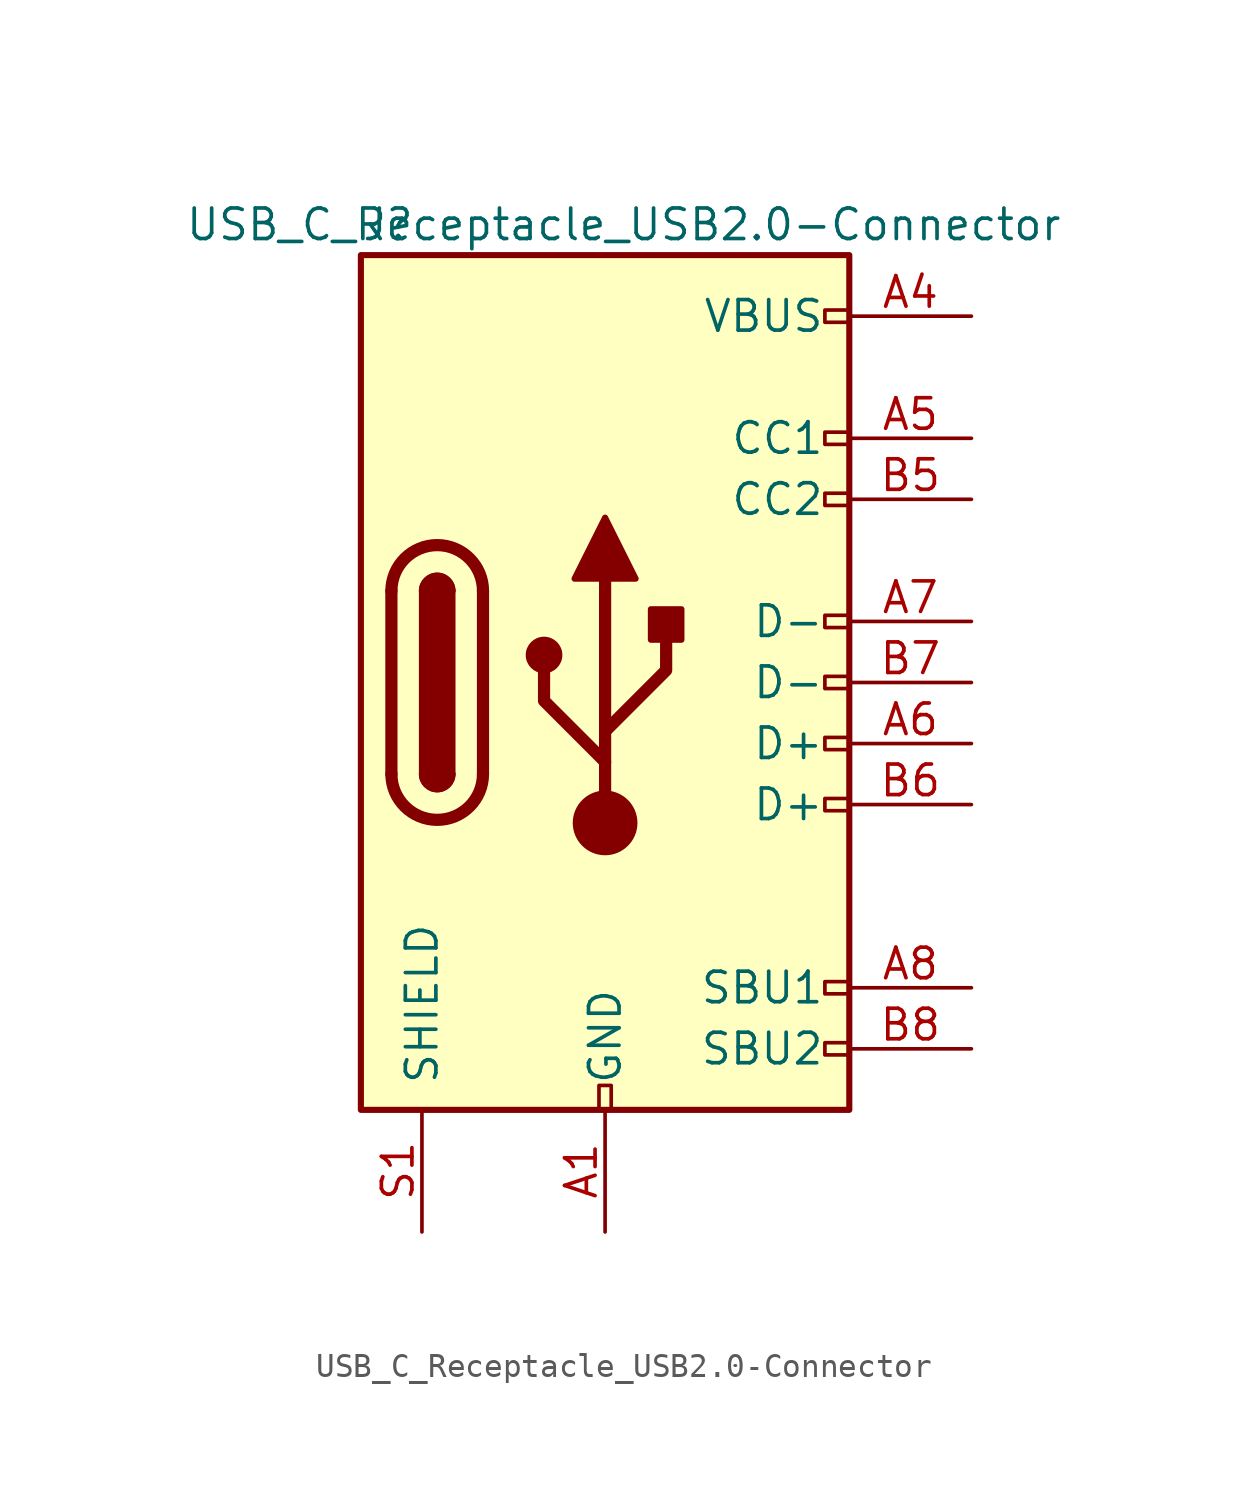
<source format=kicad_sym>
(kicad_symbol_lib
  (version 20231120)
  (generator "kicad_symbol_editor")
  (generator_version "8.0")
  (symbol "USB_C_Receptacle_USB2.0-Connector"
    (pin_names
      (offset 1.016))
    (property "Reference" "J"
      (at -10.16 19.05 0)
      (effects (font (size 1.27 1.27)) (justify left)))
    (property "Value" "USB_C_Receptacle_USB2.0-Connector"
      (at 19.05 19.05 0)
      (effects (font (size 1.27 1.27)) (justify right)))
    (symbol "USB_C_Receptacle_USB2.0-Connector_0_0"
      (rectangle (start -0.254 -17.78) (end 0.254 -16.764) (stroke (width 0) (type solid)) (fill (type none)))
      (rectangle (start 10.16 -14.986) (end 9.144 -15.494) (stroke (width 0) (type solid)) (fill (type none)))
      (rectangle (start 10.16 -12.446) (end 9.144 -12.954) (stroke (width 0) (type solid)) (fill (type none)))
      (rectangle (start 10.16 -4.826) (end 9.144 -5.334) (stroke (width 0) (type solid)) (fill (type none)))
      (rectangle (start 10.16 -2.286) (end 9.144 -2.794) (stroke (width 0) (type solid)) (fill (type none)))
      (rectangle (start 10.16 0.254) (end 9.144 -0.254) (stroke (width 0) (type solid)) (fill (type none)))
      (rectangle (start 10.16 2.794) (end 9.144 2.286) (stroke (width 0) (type solid)) (fill (type none)))
      (rectangle (start 10.16 7.874) (end 9.144 7.366) (stroke (width 0) (type solid)) (fill (type none)))
      (rectangle (start 10.16 10.414) (end 9.144 9.906) (stroke (width 0) (type solid)) (fill (type none)))
      (rectangle (start 10.16 15.494) (end 9.144 14.986) (stroke (width 0) (type solid)) (fill (type none))))
    (symbol "USB_C_Receptacle_USB2.0-Connector_0_1"
      (rectangle (start -10.16 17.78) (end 10.16 -17.78) (stroke (width 0.254) (type solid)) (fill (type background)))
      (arc (start -8.89 -3.81) (mid -6.985 -5.715) (end -5.08 -3.81) (stroke (width 0.508) (type solid)) (fill (type none)))
      (arc (start -7.62 -3.81) (mid -6.985 -4.445) (end -6.35 -3.81) (stroke (width 0.254) (type solid)) (fill (type none)))
      (arc (start -7.62 -3.81) (mid -6.985 -4.445) (end -6.35 -3.81) (stroke (width 0.254) (type solid)) (fill (type outline)))
      (rectangle (start -7.62 -3.81) (end -6.35 3.81) (stroke (width 0.254) (type solid)) (fill (type outline)))
      (arc (start -6.35 3.81) (mid -6.985 4.445) (end -7.62 3.81) (stroke (width 0.254) (type solid)) (fill (type none)))
      (arc (start -6.35 3.81) (mid -6.985 4.445) (end -7.62 3.81) (stroke (width 0.254) (type solid)) (fill (type outline)))
      (arc (start -5.08 3.81) (mid -6.985 5.715) (end -8.89 3.81) (stroke (width 0.508) (type solid)) (fill (type none)))
      (circle (center -2.54 1.143) (radius 0.635) (stroke (width 0.254) (type solid)) (fill (type outline)))
      (circle (center 0 -5.842) (radius 1.27) (stroke (width 0) (type solid)) (fill (type outline)))
      (polyline (pts (xy -8.89 -3.81) (xy -8.89 3.81)) (stroke (width 0.508) (type solid)) (fill (type none)))
      (polyline (pts (xy -5.08 3.81) (xy -5.08 -3.81)) (stroke (width 0.508) (type solid)) (fill (type none)))
      (polyline (pts (xy 0 -5.842) (xy 0 4.318)) (stroke (width 0.508) (type solid)) (fill (type none)))
      (polyline (pts (xy 0 -3.302) (xy -2.54 -0.762) (xy -2.54 0.508)) (stroke (width 0.508) (type solid)) (fill (type none)))
      (polyline (pts (xy 0 -2.032) (xy 2.54 0.508) (xy 2.54 1.778)) (stroke (width 0.508) (type solid)) (fill (type none)))
      (polyline (pts (xy -1.27 4.318) (xy 0 6.858) (xy 1.27 4.318) (xy -1.27 4.318)) (stroke (width 0.254) (type solid)) (fill (type outline)))
      (rectangle (start 1.905 1.778) (end 3.175 3.048) (stroke (width 0.254) (type solid)) (fill (type outline))))
    (symbol "USB_C_Receptacle_USB2.0-Connector_1_1"
      (pin power_in line (at 0 -22.86 90) (length 5.08) (name "GND" (effects (font (size 1.27 1.27)))) (number "A1" (effects (font (size 1.27 1.27)))))
      (pin passive line (at 0 -22.86 90) (length 5.08) hide (name "GND" (effects (font (size 1.27 1.27)))) (number "A12" (effects (font (size 1.27 1.27)))))
      (pin power_in line (at 15.24 15.24 180) (length 5.08) (name "VBUS" (effects (font (size 1.27 1.27)))) (number "A4" (effects (font (size 1.27 1.27)))))
      (pin bidirectional line (at 15.24 10.16 180) (length 5.08) (name "CC1" (effects (font (size 1.27 1.27)))) (number "A5" (effects (font (size 1.27 1.27)))))
      (pin bidirectional line (at 15.24 -2.54 180) (length 5.08) (name "D+" (effects (font (size 1.27 1.27)))) (number "A6" (effects (font (size 1.27 1.27)))))
      (pin bidirectional line (at 15.24 2.54 180) (length 5.08) (name "D-" (effects (font (size 1.27 1.27)))) (number "A7" (effects (font (size 1.27 1.27)))))
      (pin bidirectional line (at 15.24 -12.7 180) (length 5.08) (name "SBU1" (effects (font (size 1.27 1.27)))) (number "A8" (effects (font (size 1.27 1.27)))))
      (pin passive line (at 15.24 15.24 180) (length 5.08) hide (name "VBUS" (effects (font (size 1.27 1.27)))) (number "A9" (effects (font (size 1.27 1.27)))))
      (pin passive line (at 0 -22.86 90) (length 5.08) hide (name "GND" (effects (font (size 1.27 1.27)))) (number "B1" (effects (font (size 1.27 1.27)))))
      (pin passive line (at 0 -22.86 90) (length 5.08) hide (name "GND" (effects (font (size 1.27 1.27)))) (number "B12" (effects (font (size 1.27 1.27)))))
      (pin passive line (at 15.24 15.24 180) (length 5.08) hide (name "VBUS" (effects (font (size 1.27 1.27)))) (number "B4" (effects (font (size 1.27 1.27)))))
      (pin bidirectional line (at 15.24 7.62 180) (length 5.08) (name "CC2" (effects (font (size 1.27 1.27)))) (number "B5" (effects (font (size 1.27 1.27)))))
      (pin bidirectional line (at 15.24 -5.08 180) (length 5.08) (name "D+" (effects (font (size 1.27 1.27)))) (number "B6" (effects (font (size 1.27 1.27)))))
      (pin bidirectional line (at 15.24 0 180) (length 5.08) (name "D-" (effects (font (size 1.27 1.27)))) (number "B7" (effects (font (size 1.27 1.27)))))
      (pin bidirectional line (at 15.24 -15.24 180) (length 5.08) (name "SBU2" (effects (font (size 1.27 1.27)))) (number "B8" (effects (font (size 1.27 1.27)))))
      (pin passive line (at 15.24 15.24 180) (length 5.08) hide (name "VBUS" (effects (font (size 1.27 1.27)))) (number "B9" (effects (font (size 1.27 1.27)))))
      (pin passive line (at -7.62 -22.86 90) (length 5.08) (name "SHIELD" (effects (font (size 1.27 1.27)))) (number "S1" (effects (font (size 1.27 1.27))))))))
</source>
